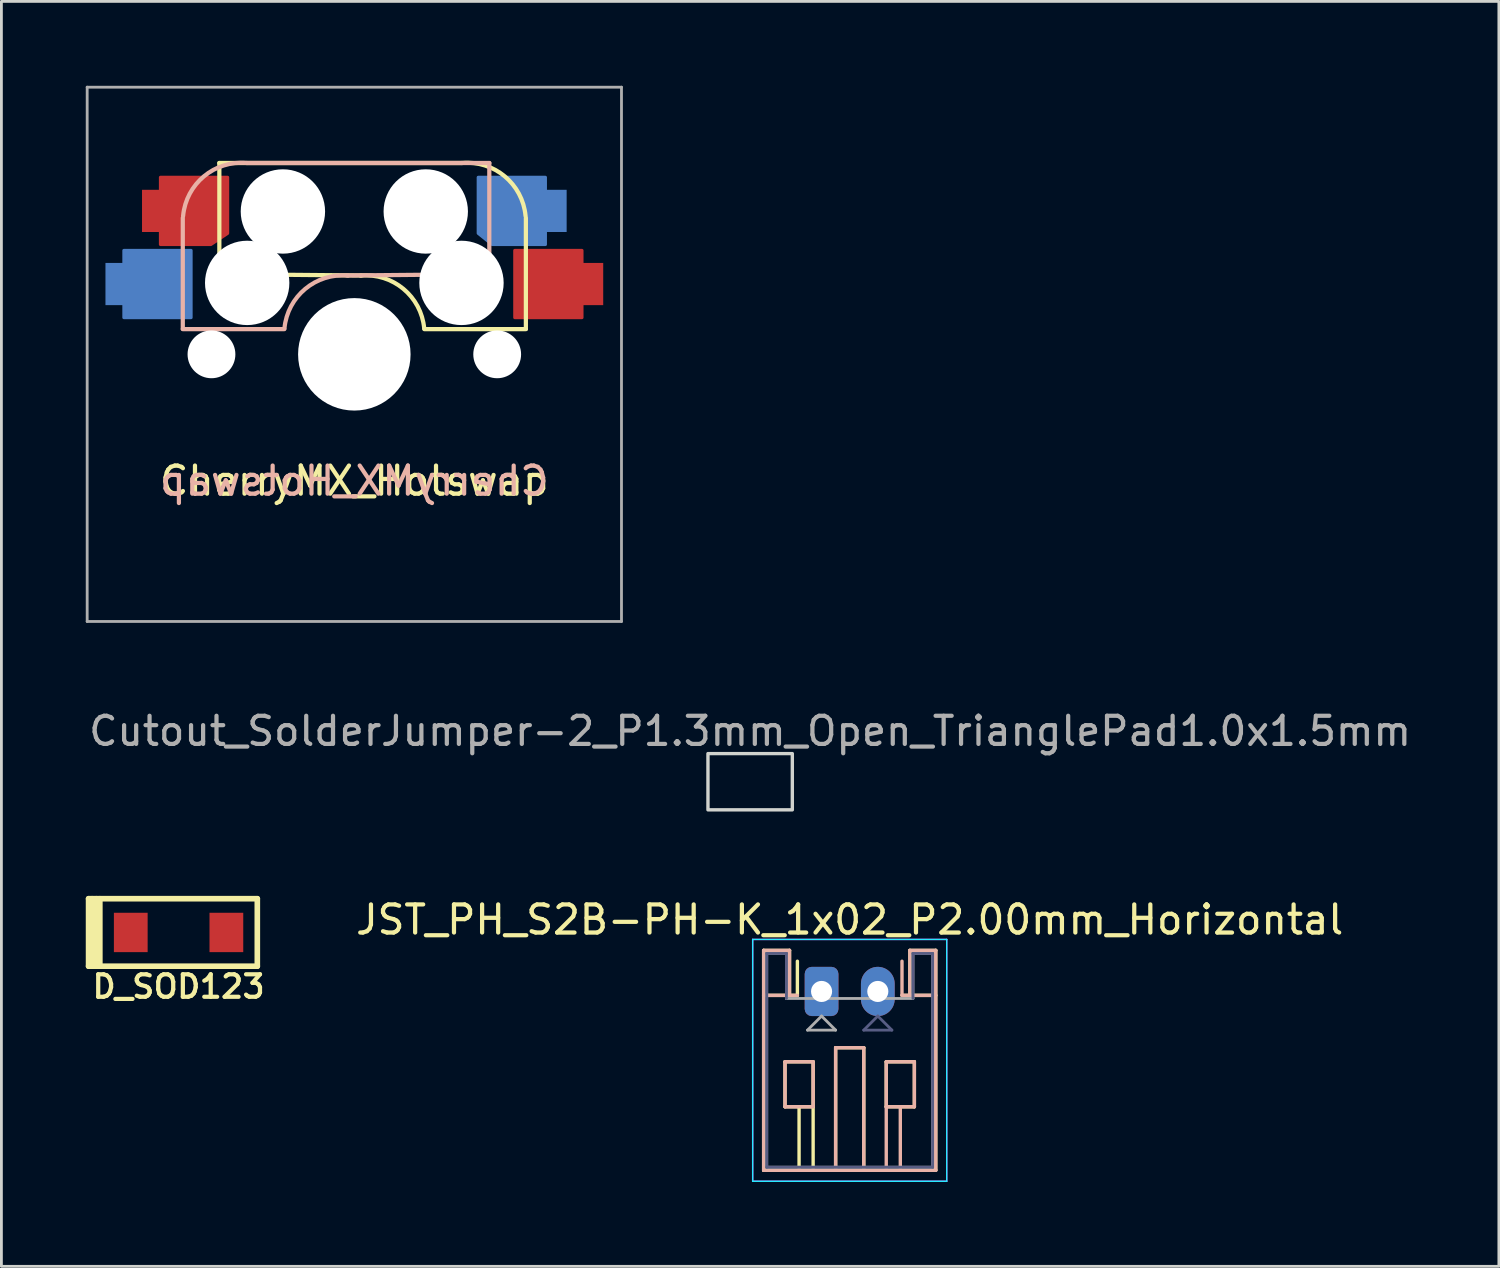
<source format=kicad_pcb>
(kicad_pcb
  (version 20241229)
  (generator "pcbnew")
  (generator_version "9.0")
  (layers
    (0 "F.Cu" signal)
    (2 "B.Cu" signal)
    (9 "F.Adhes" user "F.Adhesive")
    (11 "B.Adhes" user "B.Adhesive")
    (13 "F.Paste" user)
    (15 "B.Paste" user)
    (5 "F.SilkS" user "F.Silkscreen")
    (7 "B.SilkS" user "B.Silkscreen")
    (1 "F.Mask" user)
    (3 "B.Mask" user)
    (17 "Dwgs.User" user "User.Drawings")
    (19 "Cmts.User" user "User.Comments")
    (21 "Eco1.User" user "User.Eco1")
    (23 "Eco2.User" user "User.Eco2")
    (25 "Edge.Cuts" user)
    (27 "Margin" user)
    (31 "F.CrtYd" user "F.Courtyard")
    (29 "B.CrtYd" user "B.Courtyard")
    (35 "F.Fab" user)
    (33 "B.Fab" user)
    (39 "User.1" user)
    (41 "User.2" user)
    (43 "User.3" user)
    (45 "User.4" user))
  (footprint "D_SOD123"
    (layer "F.Cu")
    (at 3.3 30.108)
    (property "Reference" "D_SOD123" (at 0 1.925 0) (layer "F.SilkS") (effects (font (size 0.8 0.8) (thickness 0.15))))
    (attr smd)
    (fp_line (start -3.2 -1.2) (end 2.8 -1.2) (stroke (width 0.2) (type solid)) (layer "F.SilkS"))
    (fp_line (start -3.2 1.2) (end -3.2 -1.2) (stroke (width 0.2) (type solid)) (layer "F.SilkS"))
    (fp_line (start -3.075 1.2) (end -3.075 -1.2) (stroke (width 0.2) (type solid)) (layer "F.SilkS"))
    (fp_line (start -2.925 -1.2) (end -2.925 1.2) (stroke (width 0.2) (type solid)) (layer "F.SilkS"))
    (fp_line (start -2.8 -1.2) (end -2.8 1.2) (stroke (width 0.2) (type solid)) (layer "F.SilkS"))
    (fp_line (start 2.8 -1.2) (end 2.8 1.2) (stroke (width 0.2) (type solid)) (layer "F.SilkS"))
    (fp_line (start 2.8 1.2) (end -3.2 1.2) (stroke (width 0.2) (type solid)) (layer "F.SilkS"))
    (pad "1" smd rect (at -1.7 0) (size 1.2 1.4) (layers "F.Cu" "F.Mask" "F.Paste"))
    (pad "2" smd rect (at 1.7 0) (size 1.2 1.4) (layers "F.Cu" "F.Mask" "F.Paste")))
  (footprint "Cutout_SolderJumper-2_P1.3mm_Open_TrianglePad1.0x1.5mm"
    (layer "F.Cu")
    (at 23.625 24.748)
    (property "Reference" "Cutout_SolderJumper-2_P1.3mm_Open_TrianglePad1.0x1.5mm" (at 0 -1.8 0) (layer "F.Fab") (effects (font (size 1 1) (thickness 0.15))))
    (attr exclude_from_pos_files exclude_from_bom)
    (fp_rect (start -1.5 -1) (end 1.5 1) (stroke (width 0.12) (type solid)) (fill no) (layer "Edge.Cuts")))
  (footprint "JST_PH_S2B-PH-K_1x02_P2.00mm_Horizontal"
    (layer "F.Cu")
    (at 26.165 32.206)
    (property "Reference" "JST_PH_S2B-PH-K_1x02_P2.00mm_Horizontal" (at 1 -2.55 0) (layer "F.SilkS") (effects (font (size 1 1) (thickness 0.15))))
    (attr through_hole)
    (fp_line (start -2.06 -1.46) (end -2.06 6.36) (stroke (width 0.12) (type solid)) (layer "F.SilkS"))
    (fp_line (start -2.06 0.14) (end -1.14 0.14) (stroke (width 0.12) (type solid)) (layer "F.SilkS"))
    (fp_line (start -2.06 6.36) (end 4.06 6.36) (stroke (width 0.12) (type solid)) (layer "F.SilkS"))
    (fp_line (start -1.3 2.5) (end -1.3 4.1) (stroke (width 0.12) (type solid)) (layer "F.SilkS"))
    (fp_line (start -1.3 4.1) (end -0.3 4.1) (stroke (width 0.12) (type solid)) (layer "F.SilkS"))
    (fp_line (start -1.14 -1.46) (end -2.06 -1.46) (stroke (width 0.12) (type solid)) (layer "F.SilkS"))
    (fp_line (start -1.14 0.14) (end -1.14 -1.46) (stroke (width 0.12) (type solid)) (layer "F.SilkS"))
    (fp_line (start -0.86 0.14) (end -1.14 0.14) (stroke (width 0.12) (type solid)) (layer "F.SilkS"))
    (fp_line (start -0.86 0.14) (end -0.86 -1.075) (stroke (width 0.12) (type solid)) (layer "F.SilkS"))
    (fp_line (start -0.8 4.1) (end -0.8 6.36) (stroke (width 0.12) (type solid)) (layer "F.SilkS"))
    (fp_line (start -0.3 2.5) (end -1.3 2.5) (stroke (width 0.12) (type solid)) (layer "F.SilkS"))
    (fp_line (start -0.3 4.1) (end -0.3 2.5) (stroke (width 0.12) (type solid)) (layer "F.SilkS"))
    (fp_line (start -0.3 4.1) (end -0.3 6.36) (stroke (width 0.12) (type solid)) (layer "F.SilkS"))
    (fp_line (start 0.5 2) (end 1.5 2) (stroke (width 0.12) (type solid)) (layer "F.SilkS"))
    (fp_line (start 0.5 6.36) (end 0.5 2) (stroke (width 0.12) (type solid)) (layer "F.SilkS"))
    (fp_line (start 1.5 2) (end 1.5 6.36) (stroke (width 0.12) (type solid)) (layer "F.SilkS"))
    (fp_line (start 2.3 2.5) (end 3.3 2.5) (stroke (width 0.12) (type solid)) (layer "F.SilkS"))
    (fp_line (start 2.3 4.1) (end 2.3 2.5) (stroke (width 0.12) (type solid)) (layer "F.SilkS"))
    (fp_line (start 3.14 -1.46) (end 3.14 0.14) (stroke (width 0.12) (type solid)) (layer "F.SilkS"))
    (fp_line (start 3.14 0.14) (end 2.86 0.14) (stroke (width 0.12) (type solid)) (layer "F.SilkS"))
    (fp_line (start 3.3 2.5) (end 3.3 4.1) (stroke (width 0.12) (type solid)) (layer "F.SilkS"))
    (fp_line (start 3.3 4.1) (end 2.3 4.1) (stroke (width 0.12) (type solid)) (layer "F.SilkS"))
    (fp_line (start 4.06 -1.46) (end 3.14 -1.46) (stroke (width 0.12) (type solid)) (layer "F.SilkS"))
    (fp_line (start 4.06 0.14) (end 3.14 0.14) (stroke (width 0.12) (type solid)) (layer "F.SilkS"))
    (fp_line (start 4.06 6.36) (end 4.06 -1.46) (stroke (width 0.12) (type solid)) (layer "F.SilkS"))
    (fp_line (start -2.06 -1.46) (end -1.14 -1.46) (stroke (width 0.12) (type solid)) (layer "B.SilkS"))
    (fp_line (start -2.06 0.14) (end -1.14 0.14) (stroke (width 0.12) (type solid)) (layer "B.SilkS"))
    (fp_line (start -2.06 6.36) (end -2.06 -1.46) (stroke (width 0.12) (type solid)) (layer "B.SilkS"))
    (fp_line (start -1.3 2.5) (end -1.3 4.1) (stroke (width 0.12) (type solid)) (layer "B.SilkS"))
    (fp_line (start -1.3 4.1) (end -0.3 4.1) (stroke (width 0.12) (type solid)) (layer "B.SilkS"))
    (fp_line (start -1.14 -1.46) (end -1.14 0.14) (stroke (width 0.12) (type solid)) (layer "B.SilkS"))
    (fp_line (start -1.14 0.14) (end -0.86 0.14) (stroke (width 0.12) (type solid)) (layer "B.SilkS"))
    (fp_line (start -0.3 2.5) (end -1.3 2.5) (stroke (width 0.12) (type solid)) (layer "B.SilkS"))
    (fp_line (start -0.3 4.1) (end -0.3 2.5) (stroke (width 0.12) (type solid)) (layer "B.SilkS"))
    (fp_line (start 0.5 2) (end 0.5 6.36) (stroke (width 0.12) (type solid)) (layer "B.SilkS"))
    (fp_line (start 1.5 2) (end 0.5 2) (stroke (width 0.12) (type solid)) (layer "B.SilkS"))
    (fp_line (start 1.5 6.36) (end 1.5 2) (stroke (width 0.12) (type solid)) (layer "B.SilkS"))
    (fp_line (start 2.3 2.5) (end 3.3 2.5) (stroke (width 0.12) (type solid)) (layer "B.SilkS"))
    (fp_line (start 2.3 4.1) (end 2.3 2.5) (stroke (width 0.12) (type solid)) (layer "B.SilkS"))
    (fp_line (start 2.3 4.1) (end 2.3 6.36) (stroke (width 0.12) (type solid)) (layer "B.SilkS"))
    (fp_line (start 2.8 4.1) (end 2.8 6.36) (stroke (width 0.12) (type solid)) (layer "B.SilkS"))
    (fp_line (start 2.86 0.14) (end 2.86 -1.075) (stroke (width 0.12) (type solid)) (layer "B.SilkS"))
    (fp_line (start 2.86 0.14) (end 3.14 0.14) (stroke (width 0.12) (type solid)) (layer "B.SilkS"))
    (fp_line (start 3.14 -1.46) (end 4.06 -1.46) (stroke (width 0.12) (type solid)) (layer "B.SilkS"))
    (fp_line (start 3.14 0.14) (end 3.14 -1.46) (stroke (width 0.12) (type solid)) (layer "B.SilkS"))
    (fp_line (start 3.3 2.5) (end 3.3 4.1) (stroke (width 0.12) (type solid)) (layer "B.SilkS"))
    (fp_line (start 3.3 4.1) (end 2.3 4.1) (stroke (width 0.12) (type solid)) (layer "B.SilkS"))
    (fp_line (start 4.06 -1.46) (end 4.06 6.36) (stroke (width 0.12) (type solid)) (layer "B.SilkS"))
    (fp_line (start 4.06 0.14) (end 3.14 0.14) (stroke (width 0.12) (type solid)) (layer "B.SilkS"))
    (fp_line (start 4.06 6.36) (end -2.06 6.36) (stroke (width 0.12) (type solid)) (layer "B.SilkS"))
    (fp_line (start -2.45 -1.85) (end 4.45 -1.85) (stroke (width 0.05) (type solid)) (layer "B.CrtYd"))
    (fp_line (start -2.45 6.75) (end -2.45 -1.85) (stroke (width 0.05) (type solid)) (layer "B.CrtYd"))
    (fp_line (start 4.45 -1.85) (end 4.45 6.75) (stroke (width 0.05) (type solid)) (layer "B.CrtYd"))
    (fp_line (start 4.45 6.75) (end -2.45 6.75) (stroke (width 0.05) (type solid)) (layer "B.CrtYd"))
    (fp_line (start -2.45 -1.85) (end -2.45 6.75) (stroke (width 0.05) (type solid)) (layer "F.CrtYd"))
    (fp_line (start -2.45 6.75) (end 4.45 6.75) (stroke (width 0.05) (type solid)) (layer "F.CrtYd"))
    (fp_line (start 4.45 -1.85) (end -2.45 -1.85) (stroke (width 0.05) (type solid)) (layer "F.CrtYd"))
    (fp_line (start 4.45 6.75) (end 4.45 -1.85) (stroke (width 0.05) (type solid)) (layer "F.CrtYd"))
    (fp_line (start -1.95 -1.35) (end -1.25 -1.35) (stroke (width 0.1) (type solid)) (layer "B.Fab"))
    (fp_line (start -1.95 6.25) (end -1.95 -1.35) (stroke (width 0.1) (type solid)) (layer "B.Fab"))
    (fp_line (start -1.25 -1.35) (end -1.25 0.25) (stroke (width 0.1) (type solid)) (layer "B.Fab"))
    (fp_line (start 1.5 1.375) (end 2 0.875) (stroke (width 0.1) (type solid)) (layer "B.Fab"))
    (fp_line (start 2 0.875) (end 2.5 1.375) (stroke (width 0.1) (type solid)) (layer "B.Fab"))
    (fp_line (start 2.5 1.375) (end 1.5 1.375) (stroke (width 0.1) (type solid)) (layer "B.Fab"))
    (fp_line (start 3.25 -1.35) (end 3.95 -1.35) (stroke (width 0.1) (type solid)) (layer "B.Fab"))
    (fp_line (start 3.25 0.25) (end 3.25 -1.35) (stroke (width 0.1) (type solid)) (layer "B.Fab"))
    (fp_line (start 3.95 -1.35) (end 3.95 6.25) (stroke (width 0.1) (type solid)) (layer "B.Fab"))
    (fp_line (start 3.95 6.25) (end -1.95 6.25) (stroke (width 0.1) (type solid)) (layer "B.Fab"))
    (fp_line (start -1.95 -1.35) (end -1.95 6.25) (stroke (width 0.1) (type solid)) (layer "F.Fab"))
    (fp_line (start -1.95 6.25) (end 3.95 6.25) (stroke (width 0.1) (type solid)) (layer "F.Fab"))
    (fp_line (start -1.25 -1.35) (end -1.95 -1.35) (stroke (width 0.1) (type solid)) (layer "F.Fab"))
    (fp_line (start -1.25 0.25) (end -1.25 -1.35) (stroke (width 0.1) (type solid)) (layer "F.Fab"))
    (fp_line (start -0.5 1.375) (end 0.5 1.375) (stroke (width 0.1) (type solid)) (layer "F.Fab"))
    (fp_line (start 0 0.875) (end -0.5 1.375) (stroke (width 0.1) (type solid)) (layer "F.Fab"))
    (fp_line (start 0.5 1.375) (end 0 0.875) (stroke (width 0.1) (type solid)) (layer "F.Fab"))
    (fp_line (start 3.25 -1.35) (end 3.25 0.25) (stroke (width 0.1) (type solid)) (layer "F.Fab"))
    (fp_line (start 3.25 0.25) (end -1.25 0.25) (stroke (width 0.1) (type solid)) (layer "F.Fab"))
    (fp_line (start 3.95 -1.35) (end 3.25 -1.35) (stroke (width 0.1) (type solid)) (layer "F.Fab"))
    (fp_line (start 3.95 6.25) (end 3.95 -1.35) (stroke (width 0.1) (type solid)) (layer "F.Fab"))
    (pad "1" thru_hole roundrect (at 0 0) (size 1.2 1.75) (drill 0.75) (layers "*.Cu" "*.Mask") (roundrect_rratio 0.208))
    (pad "2" thru_hole oval (at 2 0) (size 1.2 1.75) (drill 0.75) (layers "*.Cu" "*.Mask")))
  (footprint "CherryMX_Hotswap"
    (layer "F.Cu")
    (at 9.55 9.55)
    (property "Reference" "CherryMX_Hotswap" (at 0 4.5 0) (layer "F.SilkS") (effects (font (size 1 1) (thickness 0.15))))
    (attr through_hole)
    (fp_line (start -4.8 -6.804) (end 3.825 -6.804) (stroke (width 0.15) (type solid)) (layer "F.SilkS"))
    (fp_line (start -4.8 -2.896) (end -4.8 -6.804) (stroke (width 0.15) (type solid)) (layer "F.SilkS"))
    (fp_line (start -4.8 -2.85) (end 0.25 -2.804) (stroke (width 0.15) (type solid)) (layer "F.SilkS"))
    (fp_line (start 6.1 -4.85) (end 6.1 -0.905) (stroke (width 0.15) (type solid)) (layer "F.SilkS"))
    (fp_line (start 6.1 -0.896) (end 2.49 -0.896) (stroke (width 0.15) (type solid)) (layer "F.SilkS"))
    (fp_arc (start 0.225 -2.8) (mid 1.744361 -2.328062) (end 2.485001 -0.920001) (stroke (width 0.15) (type solid)) (layer "F.SilkS"))
    (fp_arc (start 3.825 -6.804) (mid 5.347189 -6.33089) (end 6.089 -4.92) (stroke (width 0.15) (type solid)) (layer "F.SilkS"))
    (fp_line (start -6.1 -4.85) (end -6.1 -0.905) (stroke (width 0.15) (type solid)) (layer "B.SilkS"))
    (fp_line (start -6.1 -0.896) (end -2.49 -0.896) (stroke (width 0.15) (type solid)) (layer "B.SilkS"))
    (fp_line (start 4.8 -6.804) (end -3.825 -6.804) (stroke (width 0.15) (type solid)) (layer "B.SilkS"))
    (fp_line (start 4.8 -2.896) (end 4.8 -6.804) (stroke (width 0.15) (type solid)) (layer "B.SilkS"))
    (fp_line (start 4.8 -2.85) (end -0.25 -2.804) (stroke (width 0.15) (type solid)) (layer "B.SilkS"))
    (fp_arc (start -6.089 -4.92) (mid -5.347189 -6.33089) (end -3.825 -6.804) (stroke (width 0.15) (type solid)) (layer "B.SilkS"))
    (fp_arc (start -2.484999 -0.920001) (mid -1.74436 -2.328062) (end -0.225 -2.8) (stroke (width 0.15) (type solid)) (layer "B.SilkS"))
    (fp_line (start -7 -7) (end 7 -7) (stroke (width 0.15) (type solid)) (layer "Eco2.User"))
    (fp_line (start -7 7) (end -7 -7) (stroke (width 0.15) (type solid)) (layer "Eco2.User"))
    (fp_line (start 7 -7) (end 7 7) (stroke (width 0.15) (type solid)) (layer "Eco2.User"))
    (fp_line (start 7 7) (end -7 7) (stroke (width 0.15) (type solid)) (layer "Eco2.User"))
    (fp_line (start -9.5 -9.5) (end 9.5 -9.5) (stroke (width 0.1) (type solid)) (layer "F.Fab"))
    (fp_line (start -9.5 9.5) (end -9.5 -9.5) (stroke (width 0.1) (type solid)) (layer "F.Fab"))
    (fp_line (start 9.5 -9.5) (end 9.5 9.5) (stroke (width 0.1) (type solid)) (layer "F.Fab"))
    (fp_line (start 9.5 9.5) (end -9.5 9.5) (stroke (width 0.1) (type solid)) (layer "F.Fab"))
    (fp_text user "${REFERENCE}" (at 0 4.5 0) (unlocked yes) (layer "B.SilkS") (effects (font (size 1 1) (thickness 0.15)) (justify mirror)))
    (pad "" np_thru_hole circle (at -5.08 0) (size 1.7 1.7) (drill 1.7) (layers "*.Cu" "*.Mask"))
    (pad "" np_thru_hole circle (at -3.81 -2.54 180) (size 3 3) (drill 3) (layers "*.Cu" "*.Mask"))
    (pad "" np_thru_hole circle (at -2.54 -5.08 180) (size 3 3) (drill 3) (layers "*.Cu" "*.Mask"))
    (pad "" np_thru_hole circle (at 0 0 90) (size 4 4) (drill 4) (layers "*.Cu" "*.Mask"))
    (pad "" np_thru_hole circle (at 2.54 -5.08 180) (size 3 3) (drill 3) (layers "*.Cu" "*.Mask"))
    (pad "" np_thru_hole circle (at 3.81 -2.54 180) (size 3 3) (drill 3) (layers "*.Cu" "*.Mask"))
    (pad "" np_thru_hole circle (at 5.08 0) (size 1.7 1.7) (drill 1.7) (layers "*.Cu" "*.Mask"))
    (pad "1" smd custom (at -8.5 -2.5) (size 0.7 1.5) (layers "B.Cu" "B.Mask" "B.Paste") (options (anchor rect)) (primitives (gr_poly (pts (xy 0.3 -1.2) (xy 2.7 -1.2) (xy 2.7 1.2) (xy 0.3 1.2)) (width 0.1) (fill yes))))
    (pad "1" smd custom (at -7.2 -5.1) (size 0.7 1.5) (layers "F.Cu" "F.Mask" "F.Paste") (options (anchor rect)) (primitives (gr_poly (pts (xy 0.3 -1.2) (xy 0.3 1.2) (xy 2.1 1.2) (xy 2.7 0.8) (xy 2.7 -1.2)) (width 0.1) (fill yes))))
    (pad "2" smd custom (at 7.2 -5.1) (size 0.7 1.5) (layers "B.Cu" "B.Mask" "B.Paste") (options (anchor rect)) (primitives (gr_poly (pts (xy -0.4 -1.2) (xy -2.8 -1.2) (xy -2.8 0.8) (xy -2.3 1.2) (xy -0.4 1.2)) (width 0.1) (fill yes))))
    (pad "2" smd custom (at 8.5 -2.5) (size 0.7 1.5) (layers "F.Cu" "F.Mask" "F.Paste") (options (anchor rect)) (primitives (gr_poly (pts (xy -2.8 -1.2) (xy -0.4 -1.2) (xy -0.4 1.2) (xy -2.8 1.2)) (width 0.1) (fill yes)))))
  (gr_rect
    (start -3 -3)
    (end 50.25 41.981)
    (stroke (width 0.1) (type default))
    (fill no)
    (layer "Edge.Cuts")))
</source>
